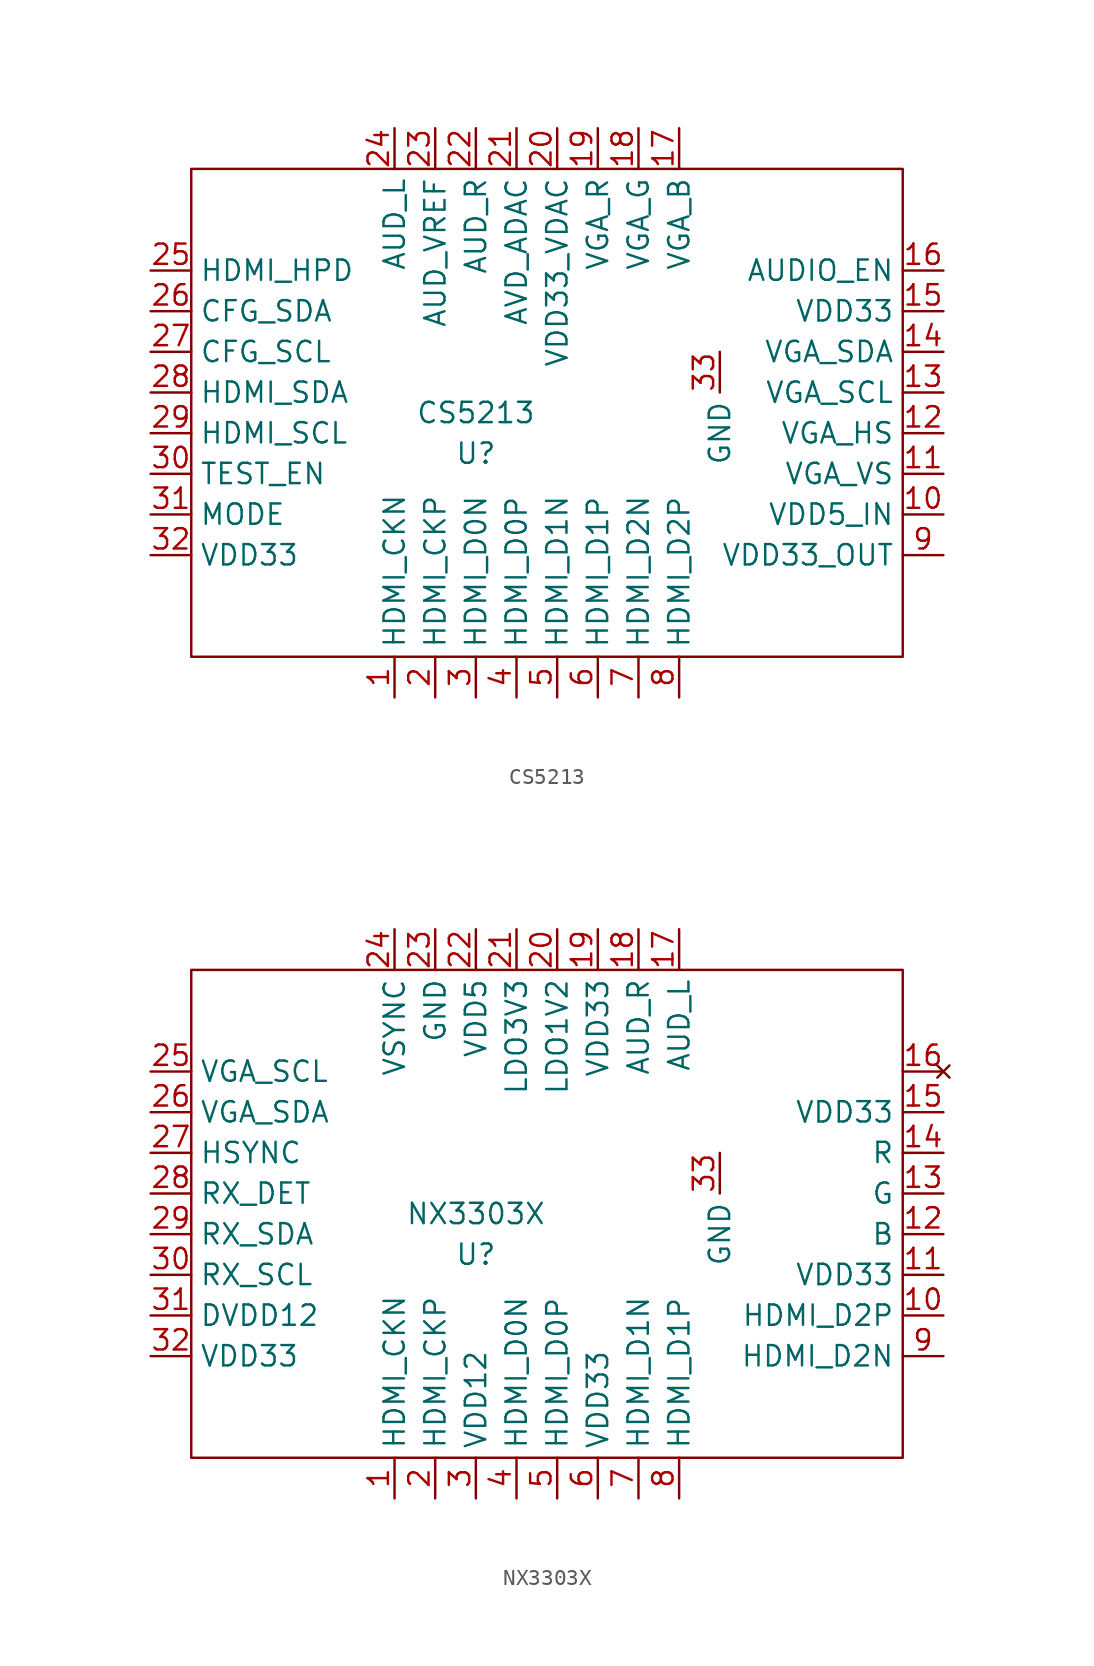
<source format=kicad_sym>
(kicad_symbol_lib
  (version 20231120)
  (generator "kicad_symbol_editor")
  (generator_version "8.0")
  (symbol "CS5213"
    (property "Reference" "U"
      (at -3.81 -2.54 0)
      (effects (font (size 1.27 1.27))))
    (property "Value" "CS5213"
      (at -3.81 0 0)
      (effects (font (size 1.27 1.27))))
    (symbol "CS5213_0_1"
      (rectangle (start -21.59 15.24) (end 22.86 -15.24) (stroke (width 0) (type default)) (fill (type none))))
    (symbol "CS5213_1_1"
      (pin input line (at -8.89 -17.78 90) (length 2.54) (name "HDMI_CKN" (effects (font (size 1.27 1.27)))) (number "1" (effects (font (size 1.27 1.27)))))
      (pin power_in line (at 25.4 -6.35 180) (length 2.54) (name "VDD5_IN" (effects (font (size 1.27 1.27)))) (number "10" (effects (font (size 1.27 1.27)))))
      (pin output line (at 25.4 -3.81 180) (length 2.54) (name "VGA_VS" (effects (font (size 1.27 1.27)))) (number "11" (effects (font (size 1.27 1.27)))))
      (pin output line (at 25.4 -1.27 180) (length 2.54) (name "VGA_HS" (effects (font (size 1.27 1.27)))) (number "12" (effects (font (size 1.27 1.27)))))
      (pin output line (at 25.4 1.27 180) (length 2.54) (name "VGA_SCL" (effects (font (size 1.27 1.27)))) (number "13" (effects (font (size 1.27 1.27)))))
      (pin output line (at 25.4 3.81 180) (length 2.54) (name "VGA_SDA" (effects (font (size 1.27 1.27)))) (number "14" (effects (font (size 1.27 1.27)))))
      (pin power_in line (at 25.4 6.35 180) (length 2.54) (name "VDD33" (effects (font (size 1.27 1.27)))) (number "15" (effects (font (size 1.27 1.27)))))
      (pin input line (at 25.4 8.89 180) (length 2.54) (name "AUDIO_EN" (effects (font (size 1.27 1.27)))) (number "16" (effects (font (size 1.27 1.27)))))
      (pin output line (at 8.89 17.78 270) (length 2.54) (name "VGA_B" (effects (font (size 1.27 1.27)))) (number "17" (effects (font (size 1.27 1.27)))))
      (pin output line (at 6.35 17.78 270) (length 2.54) (name "VGA_G" (effects (font (size 1.27 1.27)))) (number "18" (effects (font (size 1.27 1.27)))))
      (pin output line (at 3.81 17.78 270) (length 2.54) (name "VGA_R" (effects (font (size 1.27 1.27)))) (number "19" (effects (font (size 1.27 1.27)))))
      (pin input line (at -6.35 -17.78 90) (length 2.54) (name "HDMI_CKP" (effects (font (size 1.27 1.27)))) (number "2" (effects (font (size 1.27 1.27)))))
      (pin power_in line (at 1.27 17.78 270) (length 2.54) (name "VDD33_VDAC" (effects (font (size 1.27 1.27)))) (number "20" (effects (font (size 1.27 1.27)))))
      (pin power_in line (at -1.27 17.78 270) (length 2.54) (name "AVD_ADAC" (effects (font (size 1.27 1.27)))) (number "21" (effects (font (size 1.27 1.27)))))
      (pin output line (at -3.81 17.78 270) (length 2.54) (name "AUD_R" (effects (font (size 1.27 1.27)))) (number "22" (effects (font (size 1.27 1.27)))))
      (pin output line (at -6.35 17.78 270) (length 2.54) (name "AUD_VREF" (effects (font (size 1.27 1.27)))) (number "23" (effects (font (size 1.27 1.27)))))
      (pin output line (at -8.89 17.78 270) (length 2.54) (name "AUD_L" (effects (font (size 1.27 1.27)))) (number "24" (effects (font (size 1.27 1.27)))))
      (pin output line (at -24.13 8.89 0) (length 2.54) (name "HDMI_HPD" (effects (font (size 1.27 1.27)))) (number "25" (effects (font (size 1.27 1.27)))))
      (pin output line (at -24.13 6.35 0) (length 2.54) (name "CFG_SDA" (effects (font (size 1.27 1.27)))) (number "26" (effects (font (size 1.27 1.27)))))
      (pin output line (at -24.13 3.81 0) (length 2.54) (name "CFG_SCL" (effects (font (size 1.27 1.27)))) (number "27" (effects (font (size 1.27 1.27)))))
      (pin output line (at -24.13 1.27 0) (length 2.54) (name "HDMI_SDA" (effects (font (size 1.27 1.27)))) (number "28" (effects (font (size 1.27 1.27)))))
      (pin output line (at -24.13 -1.27 0) (length 2.54) (name "HDMI_SCL" (effects (font (size 1.27 1.27)))) (number "29" (effects (font (size 1.27 1.27)))))
      (pin input line (at -3.81 -17.78 90) (length 2.54) (name "HDMI_D0N" (effects (font (size 1.27 1.27)))) (number "3" (effects (font (size 1.27 1.27)))))
      (pin input line (at -24.13 -3.81 0) (length 2.54) (name "TEST_EN" (effects (font (size 1.27 1.27)))) (number "30" (effects (font (size 1.27 1.27)))))
      (pin input line (at -24.13 -6.35 0) (length 2.54) (name "MODE" (effects (font (size 1.27 1.27)))) (number "31" (effects (font (size 1.27 1.27)))))
      (pin power_in line (at -24.13 -8.89 0) (length 2.54) (name "VDD33" (effects (font (size 1.27 1.27)))) (number "32" (effects (font (size 1.27 1.27)))))
      (pin power_in line (at 11.43 3.81 270) (length 2.54) (name "GND" (effects (font (size 1.27 1.27)))) (number "33" (effects (font (size 1.27 1.27)))))
      (pin input line (at -1.27 -17.78 90) (length 2.54) (name "HDMI_D0P" (effects (font (size 1.27 1.27)))) (number "4" (effects (font (size 1.27 1.27)))))
      (pin input line (at 1.27 -17.78 90) (length 2.54) (name "HDMI_D1N" (effects (font (size 1.27 1.27)))) (number "5" (effects (font (size 1.27 1.27)))))
      (pin input line (at 3.81 -17.78 90) (length 2.54) (name "HDMI_D1P" (effects (font (size 1.27 1.27)))) (number "6" (effects (font (size 1.27 1.27)))))
      (pin input line (at 6.35 -17.78 90) (length 2.54) (name "HDMI_D2N" (effects (font (size 1.27 1.27)))) (number "7" (effects (font (size 1.27 1.27)))))
      (pin input line (at 8.89 -17.78 90) (length 2.54) (name "HDMI_D2P" (effects (font (size 1.27 1.27)))) (number "8" (effects (font (size 1.27 1.27)))))
      (pin power_out line (at 25.4 -8.89 180) (length 2.54) (name "VDD33_OUT" (effects (font (size 1.27 1.27)))) (number "9" (effects (font (size 1.27 1.27)))))))
  (symbol "NX3303X"
    (property "Reference" "U"
      (at -3.81 -2.54 0)
      (effects (font (size 1.27 1.27))))
    (property "Value" "NX3303X"
      (at -3.81 0 0)
      (effects (font (size 1.27 1.27))))
    (symbol "NX3303X_0_1"
      (rectangle (start -21.59 15.24) (end 22.86 -15.24) (stroke (width 0) (type default)) (fill (type none))))
    (symbol "NX3303X_1_1"
      (pin input line (at -8.89 -17.78 90) (length 2.54) (name "HDMI_CKN" (effects (font (size 1.27 1.27)))) (number "1" (effects (font (size 1.27 1.27)))))
      (pin input line (at 25.4 -6.35 180) (length 2.54) (name "HDMI_D2P" (effects (font (size 1.27 1.27)))) (number "10" (effects (font (size 1.27 1.27)))))
      (pin power_in line (at 25.4 -3.81 180) (length 2.54) (name "VDD33" (effects (font (size 1.27 1.27)))) (number "11" (effects (font (size 1.27 1.27)))))
      (pin output line (at 25.4 -1.27 180) (length 2.54) (name "B" (effects (font (size 1.27 1.27)))) (number "12" (effects (font (size 1.27 1.27)))))
      (pin output line (at 25.4 1.27 180) (length 2.54) (name "G" (effects (font (size 1.27 1.27)))) (number "13" (effects (font (size 1.27 1.27)))))
      (pin output line (at 25.4 3.81 180) (length 2.54) (name "R" (effects (font (size 1.27 1.27)))) (number "14" (effects (font (size 1.27 1.27)))))
      (pin power_in line (at 25.4 6.35 180) (length 2.54) (name "VDD33" (effects (font (size 1.27 1.27)))) (number "15" (effects (font (size 1.27 1.27)))))
      (pin no_connect line (at 25.4 8.89 180) (length 2.54) (name "" (effects (font (size 1.27 1.27)))) (number "16" (effects (font (size 1.27 1.27)))))
      (pin output line (at 8.89 17.78 270) (length 2.54) (name "AUD_L" (effects (font (size 1.27 1.27)))) (number "17" (effects (font (size 1.27 1.27)))))
      (pin output line (at 6.35 17.78 270) (length 2.54) (name "AUD_R" (effects (font (size 1.27 1.27)))) (number "18" (effects (font (size 1.27 1.27)))))
      (pin power_in line (at 3.81 17.78 270) (length 2.54) (name "VDD33" (effects (font (size 1.27 1.27)))) (number "19" (effects (font (size 1.27 1.27)))))
      (pin input line (at -6.35 -17.78 90) (length 2.54) (name "HDMI_CKP" (effects (font (size 1.27 1.27)))) (number "2" (effects (font (size 1.27 1.27)))))
      (pin power_out line (at 1.27 17.78 270) (length 2.54) (name "LDO1V2" (effects (font (size 1.27 1.27)))) (number "20" (effects (font (size 1.27 1.27)))))
      (pin power_out line (at -1.27 17.78 270) (length 2.54) (name "LDO3V3" (effects (font (size 1.27 1.27)))) (number "21" (effects (font (size 1.27 1.27)))))
      (pin power_in line (at -3.81 17.78 270) (length 2.54) (name "VDD5" (effects (font (size 1.27 1.27)))) (number "22" (effects (font (size 1.27 1.27)))))
      (pin power_in line (at -6.35 17.78 270) (length 2.54) (name "GND" (effects (font (size 1.27 1.27)))) (number "23" (effects (font (size 1.27 1.27)))))
      (pin output line (at -8.89 17.78 270) (length 2.54) (name "VSYNC" (effects (font (size 1.27 1.27)))) (number "24" (effects (font (size 1.27 1.27)))))
      (pin output line (at -24.13 8.89 0) (length 2.54) (name "VGA_SCL" (effects (font (size 1.27 1.27)))) (number "25" (effects (font (size 1.27 1.27)))))
      (pin output line (at -24.13 6.35 0) (length 2.54) (name "VGA_SDA" (effects (font (size 1.27 1.27)))) (number "26" (effects (font (size 1.27 1.27)))))
      (pin output line (at -24.13 3.81 0) (length 2.54) (name "HSYNC" (effects (font (size 1.27 1.27)))) (number "27" (effects (font (size 1.27 1.27)))))
      (pin output line (at -24.13 1.27 0) (length 2.54) (name "RX_DET" (effects (font (size 1.27 1.27)))) (number "28" (effects (font (size 1.27 1.27)))))
      (pin output line (at -24.13 -1.27 0) (length 2.54) (name "RX_SDA" (effects (font (size 1.27 1.27)))) (number "29" (effects (font (size 1.27 1.27)))))
      (pin power_in line (at -3.81 -17.78 90) (length 2.54) (name "VDD12" (effects (font (size 1.27 1.27)))) (number "3" (effects (font (size 1.27 1.27)))))
      (pin output line (at -24.13 -3.81 0) (length 2.54) (name "RX_SCL" (effects (font (size 1.27 1.27)))) (number "30" (effects (font (size 1.27 1.27)))))
      (pin power_in line (at -24.13 -6.35 0) (length 2.54) (name "DVDD12" (effects (font (size 1.27 1.27)))) (number "31" (effects (font (size 1.27 1.27)))))
      (pin power_in line (at -24.13 -8.89 0) (length 2.54) (name "VDD33" (effects (font (size 1.27 1.27)))) (number "32" (effects (font (size 1.27 1.27)))))
      (pin power_in line (at 11.43 3.81 270) (length 2.54) (name "GND" (effects (font (size 1.27 1.27)))) (number "33" (effects (font (size 1.27 1.27)))))
      (pin input line (at -1.27 -17.78 90) (length 2.54) (name "HDMI_D0N" (effects (font (size 1.27 1.27)))) (number "4" (effects (font (size 1.27 1.27)))))
      (pin input line (at 1.27 -17.78 90) (length 2.54) (name "HDMI_D0P" (effects (font (size 1.27 1.27)))) (number "5" (effects (font (size 1.27 1.27)))))
      (pin power_in line (at 3.81 -17.78 90) (length 2.54) (name "VDD33" (effects (font (size 1.27 1.27)))) (number "6" (effects (font (size 1.27 1.27)))))
      (pin input line (at 6.35 -17.78 90) (length 2.54) (name "HDMI_D1N" (effects (font (size 1.27 1.27)))) (number "7" (effects (font (size 1.27 1.27)))))
      (pin input line (at 8.89 -17.78 90) (length 2.54) (name "HDMI_D1P" (effects (font (size 1.27 1.27)))) (number "8" (effects (font (size 1.27 1.27)))))
      (pin input line (at 25.4 -8.89 180) (length 2.54) (name "HDMI_D2N" (effects (font (size 1.27 1.27)))) (number "9" (effects (font (size 1.27 1.27))))))))
</source>
